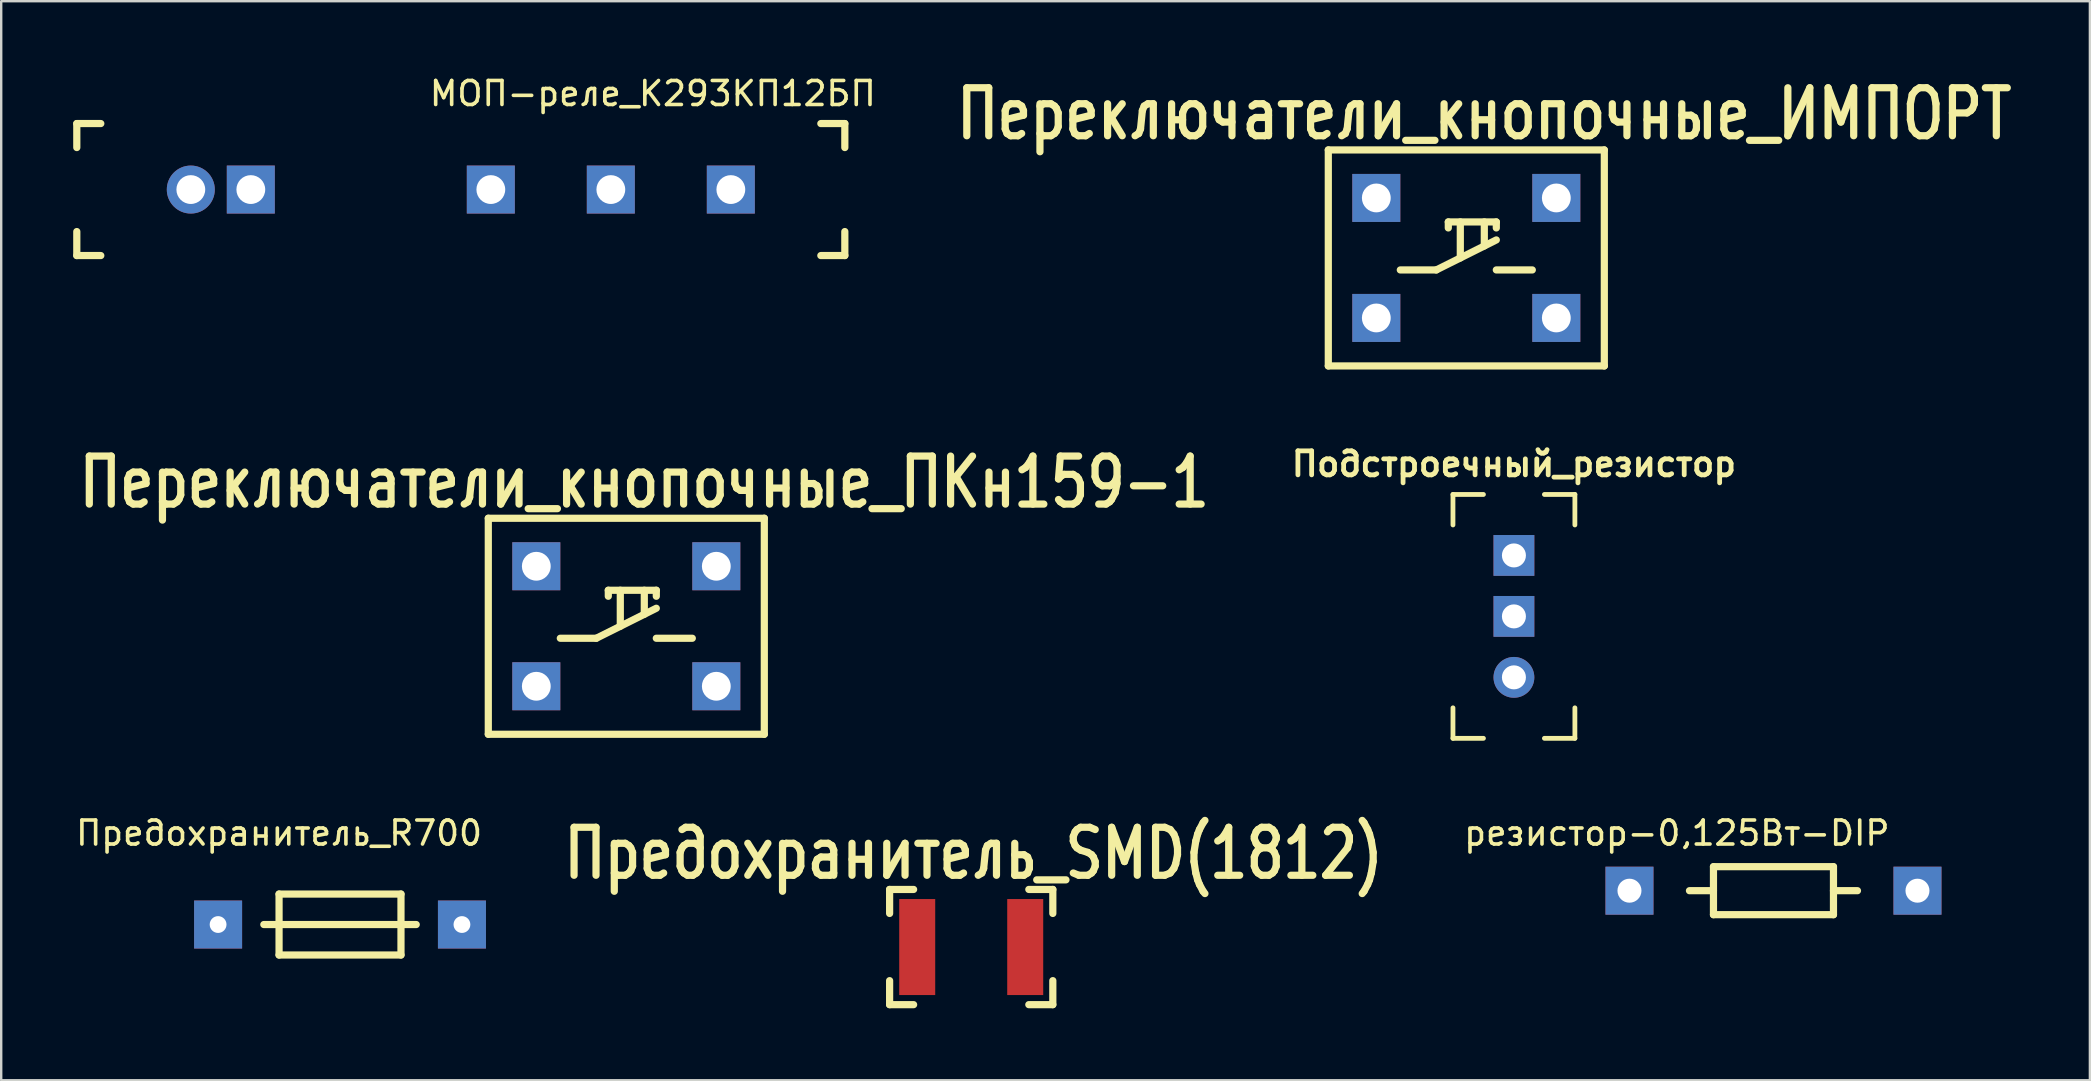
<source format=kicad_pcb>
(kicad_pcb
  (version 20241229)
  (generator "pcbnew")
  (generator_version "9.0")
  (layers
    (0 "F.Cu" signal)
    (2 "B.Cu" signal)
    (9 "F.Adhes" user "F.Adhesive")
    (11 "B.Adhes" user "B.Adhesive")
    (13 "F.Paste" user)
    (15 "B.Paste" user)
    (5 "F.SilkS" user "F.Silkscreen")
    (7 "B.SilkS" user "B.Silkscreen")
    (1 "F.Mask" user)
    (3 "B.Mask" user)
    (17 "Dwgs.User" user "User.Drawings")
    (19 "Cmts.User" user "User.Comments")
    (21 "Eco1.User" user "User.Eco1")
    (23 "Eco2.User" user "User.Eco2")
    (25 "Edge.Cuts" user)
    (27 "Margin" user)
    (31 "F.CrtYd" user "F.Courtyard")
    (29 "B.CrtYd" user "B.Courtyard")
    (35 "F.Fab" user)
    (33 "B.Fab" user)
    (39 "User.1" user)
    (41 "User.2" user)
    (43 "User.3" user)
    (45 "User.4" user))
  (footprint "Предохранитель_R700"
    (layer "F.Cu")
    (at 6.037 35.471)
    (property "Reference" "Предохранитель_R700" (at 2.54 -3.81 0) (layer "F.SilkS") (effects (font (size 1 1) (thickness 0.15))))
    (attr through_hole)
    (fp_line (start 1.905 0) (end 8.255 0) (stroke (width 0.3) (type solid)) (layer "F.SilkS"))
    (fp_line (start 2.54 -1.27) (end 2.54 1.27) (stroke (width 0.3) (type solid)) (layer "F.SilkS"))
    (fp_line (start 2.54 1.27) (end 7.62 1.27) (stroke (width 0.3) (type solid)) (layer "F.SilkS"))
    (fp_line (start 7.62 -1.27) (end 2.54 -1.27) (stroke (width 0.3) (type solid)) (layer "F.SilkS"))
    (fp_line (start 7.62 1.27) (end 7.62 -1.27) (stroke (width 0.3) (type solid)) (layer "F.SilkS"))
    (pad "1" thru_hole rect (at 0 0) (size 2 2) (drill 0.7) (layers "*.Cu" "*.Mask"))
    (pad "2" thru_hole rect (at 10.16 0) (size 2 2) (drill 0.7) (layers "*.Cu" "*.Mask")))
  (footprint "МОП-реле_К293КП12БП"
    (layer "F.Cu")
    (at 4.9 4.848)
    (property "Reference" "МОП-реле_К293КП12БП" (at 19.25 -4 0) (layer "F.SilkS") (effects (font (size 1 1) (thickness 0.15))))
    (attr through_hole)
    (fp_line (start -4.75 -2.75) (end -4.75 -1.75) (stroke (width 0.3) (type solid)) (layer "F.SilkS"))
    (fp_line (start -4.75 1.75) (end -4.75 2.75) (stroke (width 0.3) (type solid)) (layer "F.SilkS"))
    (fp_line (start -4.75 2.75) (end -3.75 2.75) (stroke (width 0.3) (type solid)) (layer "F.SilkS"))
    (fp_line (start -3.75 -2.75) (end -4.75 -2.75) (stroke (width 0.3) (type solid)) (layer "F.SilkS"))
    (fp_line (start 26.25 -2.75) (end 27.25 -2.75) (stroke (width 0.3) (type solid)) (layer "F.SilkS"))
    (fp_line (start 27.25 -2.75) (end 27.25 -1.75) (stroke (width 0.3) (type solid)) (layer "F.SilkS"))
    (fp_line (start 27.25 1.75) (end 27.25 2.75) (stroke (width 0.3) (type solid)) (layer "F.SilkS"))
    (fp_line (start 27.25 2.75) (end 26.25 2.75) (stroke (width 0.3) (type solid)) (layer "F.SilkS"))
    (pad "2" thru_hole rect (at 22.5 0) (size 2 2) (drill 1.2) (layers "*.Cu" "*.Mask"))
    (pad "4" thru_hole rect (at 17.5 0) (size 2 2) (drill 1.2) (layers "*.Cu" "*.Mask"))
    (pad "6" thru_hole rect (at 12.5 0) (size 2 2) (drill 1.2) (layers "*.Cu" "*.Mask"))
    (pad "10" thru_hole rect (at 2.5 0) (size 2 2) (drill 1.2) (layers "*.Cu" "*.Mask"))
    (pad "11" thru_hole circle (at 0 0) (size 2 2) (drill 1.2) (layers "*.Cu" "*.Mask")))
  (footprint "Подстроечный_резистор"
    (layer "F.Cu")
    (at 60.028 25.172)
    (property "Reference" "Подстроечный_резистор" (at 0 -8.89 180) (layer "F.SilkS") (effects (font (size 1 1) (thickness 0.2))))
    (attr through_hole)
    (fp_line (start -2.54 -7.62) (end -2.54 -6.35) (stroke (width 0.2) (type solid)) (layer "F.SilkS"))
    (fp_line (start -2.54 1.27) (end -2.54 2.54) (stroke (width 0.2) (type solid)) (layer "F.SilkS"))
    (fp_line (start -2.54 2.54) (end -1.27 2.54) (stroke (width 0.2) (type solid)) (layer "F.SilkS"))
    (fp_line (start -1.27 -7.62) (end -2.54 -7.62) (stroke (width 0.2) (type solid)) (layer "F.SilkS"))
    (fp_line (start 1.27 2.54) (end 2.54 2.54) (stroke (width 0.2) (type solid)) (layer "F.SilkS"))
    (fp_line (start 2.54 -7.62) (end 1.27 -7.62) (stroke (width 0.2) (type solid)) (layer "F.SilkS"))
    (fp_line (start 2.54 -6.35) (end 2.54 -7.62) (stroke (width 0.2) (type solid)) (layer "F.SilkS"))
    (fp_line (start 2.54 1.27) (end 2.54 2.54) (stroke (width 0.2) (type solid)) (layer "F.SilkS"))
    (pad "1" thru_hole circle (at 0 0 180) (size 1.7 1.7) (drill 1) (layers "*.Cu" "*.Paste" "*.Mask"))
    (pad "2" thru_hole rect (at 0 -2.54 180) (size 1.7 1.7) (drill 1) (layers "*.Cu" "*.Paste" "*.Mask"))
    (pad "3" thru_hole rect (at 0 -5.08 180) (size 1.7 1.7) (drill 1) (layers "*.Cu" "*.Paste" "*.Mask")))
  (footprint "резистор-0,125Вт-DIP"
    (layer "F.Cu")
    (at 64.842 34.061)
    (property "Reference" "резистор-0,125Вт-DIP" (at 1.975 -2.4 0) (layer "F.SilkS") (effects (font (size 1 1) (thickness 0.15))))
    (attr through_hole)
    (fp_line (start 3.5 -1) (end 3.5 1) (stroke (width 0.3) (type solid)) (layer "F.SilkS"))
    (fp_line (start 3.5 0) (end 2.5 0) (stroke (width 0.3) (type solid)) (layer "F.SilkS"))
    (fp_line (start 3.5 1) (end 8.5 1) (stroke (width 0.3) (type solid)) (layer "F.SilkS"))
    (fp_line (start 8.5 -1) (end 3.5 -1) (stroke (width 0.3) (type solid)) (layer "F.SilkS"))
    (fp_line (start 8.5 0) (end 9.5 0) (stroke (width 0.3) (type solid)) (layer "F.SilkS"))
    (fp_line (start 8.5 1) (end 8.5 -1) (stroke (width 0.3) (type solid)) (layer "F.SilkS"))
    (pad "1" thru_hole rect (at 0 0) (size 2 2) (drill 1) (layers "*.Cu" "*.Mask"))
    (pad "2" thru_hole rect (at 12 0) (size 2 2) (drill 1) (layers "*.Cu" "*.Mask")))
  (footprint "Переключатели_кнопочные_ИМПОРТ"
    (layer "F.Cu")
    (at 54.294 5.197)
    (property "Reference" "Переключатели_кнопочные_ИМПОРТ" (at 4.5 -3.5 0) (layer "F.SilkS") (effects (font (size 2 1.6) (thickness 0.3))))
    (attr through_hole)
    (fp_line (start -2 -2) (end 9.5 -2) (stroke (width 0.3) (type solid)) (layer "F.SilkS"))
    (fp_line (start -2 7) (end -2 -2) (stroke (width 0.3) (type solid)) (layer "F.SilkS"))
    (fp_line (start -2 7) (end 9.5 7) (stroke (width 0.3) (type solid)) (layer "F.SilkS"))
    (fp_line (start 1 3) (end 2.5 3) (stroke (width 0.3) (type solid)) (layer "F.SilkS"))
    (fp_line (start 2.5 3) (end 5 1.75) (stroke (width 0.3) (type solid)) (layer "F.SilkS"))
    (fp_line (start 3 1) (end 5 1) (stroke (width 0.3) (type solid)) (layer "F.SilkS"))
    (fp_line (start 3 1.25) (end 3 1) (stroke (width 0.3) (type solid)) (layer "F.SilkS"))
    (fp_line (start 3.5 2.5) (end 3.5 1) (stroke (width 0.3) (type solid)) (layer "F.SilkS"))
    (fp_line (start 4.5 2) (end 4.5 1) (stroke (width 0.3) (type solid)) (layer "F.SilkS"))
    (fp_line (start 5 1.25) (end 5 1) (stroke (width 0.3) (type solid)) (layer "F.SilkS"))
    (fp_line (start 5 3) (end 6.5 3) (stroke (width 0.3) (type solid)) (layer "F.SilkS"))
    (fp_line (start 9.5 7) (end 9.5 -2) (stroke (width 0.3) (type solid)) (layer "F.SilkS"))
    (pad "1" thru_hole rect (at 0 0) (size 2 2) (drill 1.2) (layers "*.Cu" "*.Mask"))
    (pad "1" thru_hole rect (at 7.5 0) (size 2 2) (drill 1.2) (layers "*.Cu" "*.Mask"))
    (pad "2" thru_hole rect (at 0 5) (size 2 2) (drill 1.2) (layers "*.Cu" "*.Mask"))
    (pad "2" thru_hole rect (at 7.5 5) (size 2 2) (drill 1.2) (layers "*.Cu" "*.Mask")))
  (footprint "Переключатели_кнопочные_ПКн159-1"
    (layer "F.Cu")
    (at 19.295 20.543)
    (property "Reference" "Переключатели_кнопочные_ПКн159-1" (at 4.5 -3.5 0) (layer "F.SilkS") (effects (font (size 2 1.6) (thickness 0.3))))
    (attr through_hole)
    (fp_line (start -2 -2) (end 9.5 -2) (stroke (width 0.3) (type solid)) (layer "F.SilkS"))
    (fp_line (start -2 7) (end -2 -2) (stroke (width 0.3) (type solid)) (layer "F.SilkS"))
    (fp_line (start -2 7) (end 9.5 7) (stroke (width 0.3) (type solid)) (layer "F.SilkS"))
    (fp_line (start 1 3) (end 2.5 3) (stroke (width 0.3) (type solid)) (layer "F.SilkS"))
    (fp_line (start 2.5 3) (end 5 1.75) (stroke (width 0.3) (type solid)) (layer "F.SilkS"))
    (fp_line (start 3 1) (end 5 1) (stroke (width 0.3) (type solid)) (layer "F.SilkS"))
    (fp_line (start 3 1.25) (end 3 1) (stroke (width 0.3) (type solid)) (layer "F.SilkS"))
    (fp_line (start 3.5 2.5) (end 3.5 1) (stroke (width 0.3) (type solid)) (layer "F.SilkS"))
    (fp_line (start 4.5 2) (end 4.5 1) (stroke (width 0.3) (type solid)) (layer "F.SilkS"))
    (fp_line (start 5 1.25) (end 5 1) (stroke (width 0.3) (type solid)) (layer "F.SilkS"))
    (fp_line (start 5 3) (end 6.5 3) (stroke (width 0.3) (type solid)) (layer "F.SilkS"))
    (fp_line (start 9.5 7) (end 9.5 -2) (stroke (width 0.3) (type solid)) (layer "F.SilkS"))
    (pad "1" thru_hole rect (at 0 0) (size 2 2) (drill 1.2) (layers "*.Cu" "*.Mask"))
    (pad "1" thru_hole rect (at 7.5 5) (size 2 2) (drill 1.2) (layers "*.Cu" "*.Mask"))
    (pad "2" thru_hole rect (at 0 5) (size 2 2) (drill 1.2) (layers "*.Cu" "*.Mask"))
    (pad "2" thru_hole rect (at 7.5 0) (size 2 2) (drill 1.2) (layers "*.Cu" "*.Mask")))
  (footprint "Предохранитель_SMD(1812)"
    (layer "F.Cu")
    (at 35.166 36.409)
    (property "Reference" "Предохранитель_SMD(1812)" (at 2.35 -3.9 0) (layer "F.SilkS") (effects (font (size 2 1.6) (thickness 0.3))))
    (attr through_hole)
    (fp_line (start -1.15 -2.4) (end -1.15 -1.4) (stroke (width 0.3) (type solid)) (layer "F.SilkS"))
    (fp_line (start -1.15 -2.4) (end -0.15 -2.4) (stroke (width 0.3) (type solid)) (layer "F.SilkS"))
    (fp_line (start -1.15 2.4) (end -1.15 1.4) (stroke (width 0.3) (type solid)) (layer "F.SilkS"))
    (fp_line (start -1.15 2.4) (end -0.15 2.4) (stroke (width 0.3) (type solid)) (layer "F.SilkS"))
    (fp_line (start 5.65 -2.4) (end 4.65 -2.4) (stroke (width 0.3) (type solid)) (layer "F.SilkS"))
    (fp_line (start 5.65 -2.4) (end 5.65 -1.4) (stroke (width 0.3) (type solid)) (layer "F.SilkS"))
    (fp_line (start 5.65 2.4) (end 4.65 2.4) (stroke (width 0.3) (type solid)) (layer "F.SilkS"))
    (fp_line (start 5.65 2.4) (end 5.65 1.4) (stroke (width 0.3) (type solid)) (layer "F.SilkS"))
    (pad "1" smd rect (at 0 0) (size 1.5 4) (layers "F.Cu" "F.Mask" "F.Paste"))
    (pad "2" smd rect (at 4.5 0) (size 1.5 4) (layers "F.Cu" "F.Mask" "F.Paste")))
  (gr_rect
    (start -3 -3)
    (end 84.026 41.959)
    (stroke (width 0.1) (type default))
    (fill no)
    (layer "Edge.Cuts")))
</source>
